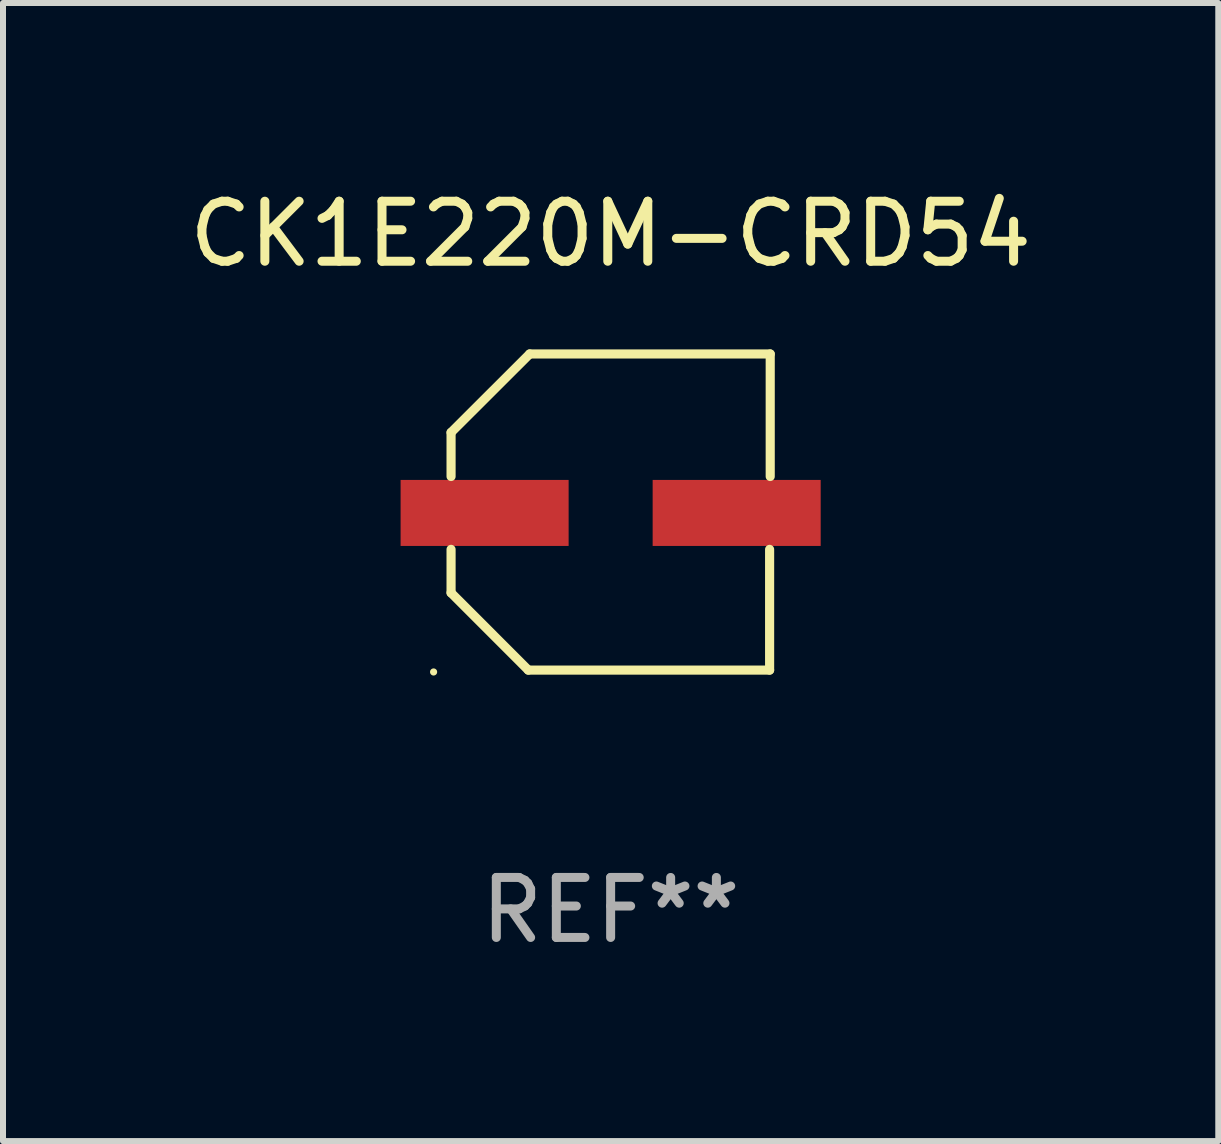
<source format=kicad_pcb>
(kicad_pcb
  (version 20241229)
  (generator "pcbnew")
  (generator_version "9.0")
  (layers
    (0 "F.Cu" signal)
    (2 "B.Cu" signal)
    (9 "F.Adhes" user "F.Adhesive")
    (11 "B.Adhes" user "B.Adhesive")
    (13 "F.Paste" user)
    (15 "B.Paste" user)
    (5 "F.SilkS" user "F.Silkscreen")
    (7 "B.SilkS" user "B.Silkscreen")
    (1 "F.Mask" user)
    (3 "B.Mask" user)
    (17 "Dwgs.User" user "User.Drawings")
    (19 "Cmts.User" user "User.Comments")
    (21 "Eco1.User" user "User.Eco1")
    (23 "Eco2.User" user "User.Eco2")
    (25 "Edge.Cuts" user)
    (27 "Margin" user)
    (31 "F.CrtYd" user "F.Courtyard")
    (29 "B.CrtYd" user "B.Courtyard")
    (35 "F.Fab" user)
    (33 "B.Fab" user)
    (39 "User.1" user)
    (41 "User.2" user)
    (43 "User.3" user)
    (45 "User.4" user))
  (footprint "CK1E220M-CRD54"
    (layer "F.Cu")
    (at 7.125 5.482)
    (property "Reference" "CK1E220M-CRD54" (at 0 -4.634 0) (layer "F.SilkS") (effects (font (size 1 1) (thickness 0.15))))
    (attr through_hole)
    (fp_line (start -2.659 -1.326) (end -2.659 -0.592) (stroke (width 0.152) (type solid)) (layer "F.SilkS"))
    (fp_line (start -2.659 1.346) (end -2.659 0.622) (stroke (width 0.152) (type solid)) (layer "F.SilkS"))
    (fp_line (start -1.372 2.634) (end -2.659 1.346) (stroke (width 0.152) (type solid)) (layer "F.SilkS"))
    (fp_line (start -1.349 -2.634) (end -2.659 -1.326) (stroke (width 0.152) (type solid)) (layer "F.SilkS"))
    (fp_line (start 2.649 0.622) (end 2.649 2.634) (stroke (width 0.152) (type solid)) (layer "F.SilkS"))
    (fp_line (start 2.649 2.634) (end -1.372 2.634) (stroke (width 0.152) (type solid)) (layer "F.SilkS"))
    (fp_line (start 2.659 -2.634) (end -1.349 -2.634) (stroke (width 0.152) (type solid)) (layer "F.SilkS"))
    (fp_line (start 2.659 -0.592) (end 2.659 -2.634) (stroke (width 0.152) (type solid)) (layer "F.SilkS"))
    (fp_circle (center -2.95 2.665) (end -2.92 2.665) (stroke (width 0.06) (type solid)) (fill no) (layer "F.SilkS"))
    (fp_text user "REF**" (at 0 6.634 0) (layer "F.Fab") (effects (font (size 1 1) (thickness 0.15))))
    (pad "1" smd rect (at -2.1 0.015) (size 2.8 1.1) (layers "F.Cu" "F.Mask" "F.Paste"))
    (pad "2" smd rect (at 2.1 0.015) (size 2.8 1.1) (layers "F.Cu" "F.Mask" "F.Paste")))
  (gr_rect
    (start -3 -3)
    (end 17.25 15.964)
    (stroke (width 0.1) (type default))
    (fill no)
    (layer "Edge.Cuts")))
</source>
